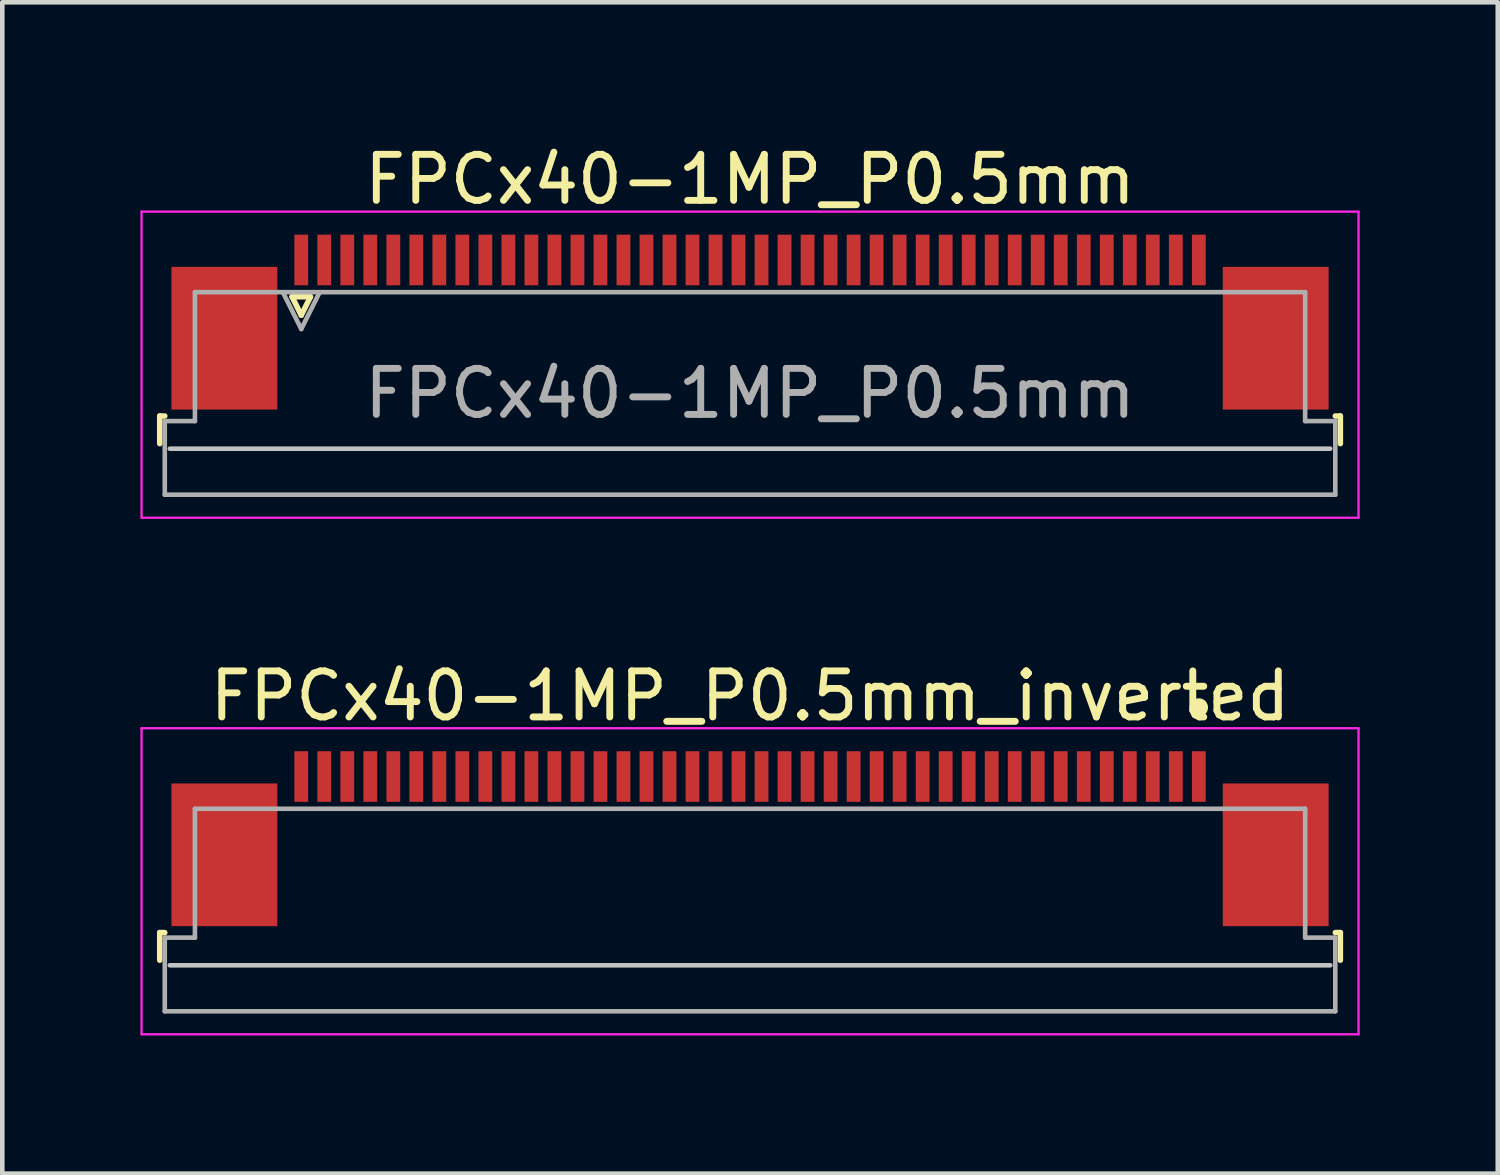
<source format=kicad_pcb>
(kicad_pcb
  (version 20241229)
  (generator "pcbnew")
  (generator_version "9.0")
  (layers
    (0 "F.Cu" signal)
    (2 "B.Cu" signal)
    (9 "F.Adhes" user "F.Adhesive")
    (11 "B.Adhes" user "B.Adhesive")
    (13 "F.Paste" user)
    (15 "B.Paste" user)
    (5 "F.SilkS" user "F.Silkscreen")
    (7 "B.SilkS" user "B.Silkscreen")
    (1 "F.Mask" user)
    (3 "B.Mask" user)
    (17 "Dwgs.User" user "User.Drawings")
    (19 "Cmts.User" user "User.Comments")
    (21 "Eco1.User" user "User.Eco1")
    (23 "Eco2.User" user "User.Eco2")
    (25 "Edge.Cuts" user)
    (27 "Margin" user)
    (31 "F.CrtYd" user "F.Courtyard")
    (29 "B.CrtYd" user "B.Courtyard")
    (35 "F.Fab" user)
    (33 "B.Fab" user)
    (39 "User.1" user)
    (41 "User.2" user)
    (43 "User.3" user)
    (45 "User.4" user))
  (footprint "FPCx40-1MP_P0.5mm"
    (layer "F.Cu")
    (at 13.245 3.948)
    (property "Reference" "FPCx40-1MP_P0.5mm" (at 0 -3.1 0) (layer "F.SilkS") (effects (font (size 1 1) (thickness 0.15))))
    (attr smd)
    (fp_line (start -12.825 2.04) (end -12.825 2.64) (stroke (width 0.12) (type solid)) (layer "F.SilkS"))
    (fp_line (start -12.715 2.04) (end -12.825 2.04) (stroke (width 0.12) (type solid)) (layer "F.SilkS"))
    (fp_line (start -9.95 -0.55) (end -9.75 -0.15) (stroke (width 0.12) (type solid)) (layer "F.SilkS"))
    (fp_line (start -9.75 -0.15) (end -9.55 -0.55) (stroke (width 0.12) (type solid)) (layer "F.SilkS"))
    (fp_line (start -9.55 -0.55) (end -9.95 -0.55) (stroke (width 0.12) (type solid)) (layer "F.SilkS"))
    (fp_line (start 12.715 2.04) (end 12.825 2.04) (stroke (width 0.12) (type solid)) (layer "F.SilkS"))
    (fp_line (start 12.825 2.04) (end 12.825 2.64) (stroke (width 0.12) (type solid)) (layer "F.SilkS"))
    (fp_line (start 12.605 2.75) (end -12.605 2.75) (stroke (width 0.1) (type solid)) (layer "Dwgs.User"))
    (fp_line (start -13.22 -2.4) (end -13.22 4.25) (stroke (width 0.05) (type solid)) (layer "F.CrtYd"))
    (fp_line (start -13.22 4.25) (end 13.22 4.25) (stroke (width 0.05) (type solid)) (layer "F.CrtYd"))
    (fp_line (start 13.22 -2.4) (end -13.22 -2.4) (stroke (width 0.05) (type solid)) (layer "F.CrtYd"))
    (fp_line (start 13.22 4.25) (end 13.22 -2.4) (stroke (width 0.05) (type solid)) (layer "F.CrtYd"))
    (fp_line (start -12.715 2.15) (end -12.06 2.15) (stroke (width 0.1) (type solid)) (layer "F.Fab"))
    (fp_line (start -12.715 3.75) (end -12.715 2.15) (stroke (width 0.1) (type solid)) (layer "F.Fab"))
    (fp_line (start -12.06 -0.65) (end 12.06 -0.65) (stroke (width 0.1) (type solid)) (layer "F.Fab"))
    (fp_line (start -12.06 2.15) (end -12.06 -0.65) (stroke (width 0.1) (type solid)) (layer "F.Fab"))
    (fp_line (start -10.15 -0.65) (end -9.75 0.15) (stroke (width 0.1) (type solid)) (layer "F.Fab"))
    (fp_line (start -9.75 0.15) (end -9.35 -0.65) (stroke (width 0.1) (type solid)) (layer "F.Fab"))
    (fp_line (start 12.06 -0.65) (end 12.06 2.15) (stroke (width 0.1) (type solid)) (layer "F.Fab"))
    (fp_line (start 12.06 2.15) (end 12.715 2.15) (stroke (width 0.1) (type solid)) (layer "F.Fab"))
    (fp_line (start 12.715 2.15) (end 12.715 3.75) (stroke (width 0.1) (type solid)) (layer "F.Fab"))
    (fp_line (start 12.715 3.75) (end -12.715 3.75) (stroke (width 0.1) (type solid)) (layer "F.Fab"))
    (fp_text user "${REFERENCE}" (at 0 1.55 0) (layer "F.Fab") (effects (font (size 1 1) (thickness 0.15))))
    (pad "1" smd rect (at -9.75 -1.35) (size 0.3 1.1) (layers "F.Cu" "F.Mask" "F.Paste"))
    (pad "2" smd rect (at -9.25 -1.35) (size 0.3 1.1) (layers "F.Cu" "F.Mask" "F.Paste"))
    (pad "3" smd rect (at -8.75 -1.35) (size 0.3 1.1) (layers "F.Cu" "F.Mask" "F.Paste"))
    (pad "4" smd rect (at -8.25 -1.35) (size 0.3 1.1) (layers "F.Cu" "F.Mask" "F.Paste"))
    (pad "5" smd rect (at -7.75 -1.35) (size 0.3 1.1) (layers "F.Cu" "F.Mask" "F.Paste"))
    (pad "6" smd rect (at -7.25 -1.35) (size 0.3 1.1) (layers "F.Cu" "F.Mask" "F.Paste"))
    (pad "7" smd rect (at -6.75 -1.35) (size 0.3 1.1) (layers "F.Cu" "F.Mask" "F.Paste"))
    (pad "8" smd rect (at -6.25 -1.35) (size 0.3 1.1) (layers "F.Cu" "F.Mask" "F.Paste"))
    (pad "9" smd rect (at -5.75 -1.35) (size 0.3 1.1) (layers "F.Cu" "F.Mask" "F.Paste"))
    (pad "10" smd rect (at -5.25 -1.35) (size 0.3 1.1) (layers "F.Cu" "F.Mask" "F.Paste"))
    (pad "11" smd rect (at -4.75 -1.35) (size 0.3 1.1) (layers "F.Cu" "F.Mask" "F.Paste"))
    (pad "12" smd rect (at -4.25 -1.35) (size 0.3 1.1) (layers "F.Cu" "F.Mask" "F.Paste"))
    (pad "13" smd rect (at -3.75 -1.35) (size 0.3 1.1) (layers "F.Cu" "F.Mask" "F.Paste"))
    (pad "14" smd rect (at -3.25 -1.35) (size 0.3 1.1) (layers "F.Cu" "F.Mask" "F.Paste"))
    (pad "15" smd rect (at -2.75 -1.35) (size 0.3 1.1) (layers "F.Cu" "F.Mask" "F.Paste"))
    (pad "16" smd rect (at -2.25 -1.35) (size 0.3 1.1) (layers "F.Cu" "F.Mask" "F.Paste"))
    (pad "17" smd rect (at -1.75 -1.35) (size 0.3 1.1) (layers "F.Cu" "F.Mask" "F.Paste"))
    (pad "18" smd rect (at -1.25 -1.35) (size 0.3 1.1) (layers "F.Cu" "F.Mask" "F.Paste"))
    (pad "19" smd rect (at -0.75 -1.35) (size 0.3 1.1) (layers "F.Cu" "F.Mask" "F.Paste"))
    (pad "20" smd rect (at -0.25 -1.35) (size 0.3 1.1) (layers "F.Cu" "F.Mask" "F.Paste"))
    (pad "21" smd rect (at 0.25 -1.35) (size 0.3 1.1) (layers "F.Cu" "F.Mask" "F.Paste"))
    (pad "22" smd rect (at 0.75 -1.35) (size 0.3 1.1) (layers "F.Cu" "F.Mask" "F.Paste"))
    (pad "23" smd rect (at 1.25 -1.35) (size 0.3 1.1) (layers "F.Cu" "F.Mask" "F.Paste"))
    (pad "24" smd rect (at 1.75 -1.35) (size 0.3 1.1) (layers "F.Cu" "F.Mask" "F.Paste"))
    (pad "25" smd rect (at 2.25 -1.35) (size 0.3 1.1) (layers "F.Cu" "F.Mask" "F.Paste"))
    (pad "26" smd rect (at 2.75 -1.35) (size 0.3 1.1) (layers "F.Cu" "F.Mask" "F.Paste"))
    (pad "27" smd rect (at 3.25 -1.35) (size 0.3 1.1) (layers "F.Cu" "F.Mask" "F.Paste"))
    (pad "28" smd rect (at 3.75 -1.35) (size 0.3 1.1) (layers "F.Cu" "F.Mask" "F.Paste"))
    (pad "29" smd rect (at 4.25 -1.35) (size 0.3 1.1) (layers "F.Cu" "F.Mask" "F.Paste"))
    (pad "30" smd rect (at 4.75 -1.35) (size 0.3 1.1) (layers "F.Cu" "F.Mask" "F.Paste"))
    (pad "31" smd rect (at 5.25 -1.35) (size 0.3 1.1) (layers "F.Cu" "F.Mask" "F.Paste"))
    (pad "32" smd rect (at 5.75 -1.35) (size 0.3 1.1) (layers "F.Cu" "F.Mask" "F.Paste"))
    (pad "33" smd rect (at 6.25 -1.35) (size 0.3 1.1) (layers "F.Cu" "F.Mask" "F.Paste"))
    (pad "34" smd rect (at 6.75 -1.35) (size 0.3 1.1) (layers "F.Cu" "F.Mask" "F.Paste"))
    (pad "35" smd rect (at 7.25 -1.35) (size 0.3 1.1) (layers "F.Cu" "F.Mask" "F.Paste"))
    (pad "36" smd rect (at 7.75 -1.35) (size 0.3 1.1) (layers "F.Cu" "F.Mask" "F.Paste"))
    (pad "37" smd rect (at 8.25 -1.35) (size 0.3 1.1) (layers "F.Cu" "F.Mask" "F.Paste"))
    (pad "38" smd rect (at 8.75 -1.35) (size 0.3 1.1) (layers "F.Cu" "F.Mask" "F.Paste"))
    (pad "39" smd rect (at 9.25 -1.35) (size 0.3 1.1) (layers "F.Cu" "F.Mask" "F.Paste"))
    (pad "40" smd rect (at 9.75 -1.35) (size 0.3 1.1) (layers "F.Cu" "F.Mask" "F.Paste"))
    (pad "MP" smd rect (at -11.42 0.35) (size 2.3 3.1) (layers "F.Cu" "F.Mask" "F.Paste"))
    (pad "MP" smd rect (at 11.42 0.35) (size 2.3 3.1) (layers "F.Cu" "F.Mask" "F.Paste")))
  (footprint "FPCx40-1MP_P0.5mm_inverted"
    (layer "F.Cu")
    (at 13.245 15.171)
    (property "Reference" "FPCx40-1MP_P0.5mm_inverted" (at 0 -3.1 0) (layer "F.SilkS") (effects (font (size 1 1) (thickness 0.15))))
    (attr smd)
    (fp_line (start -12.825 2.04) (end -12.825 2.64) (stroke (width 0.12) (type solid)) (layer "F.SilkS"))
    (fp_line (start -12.715 2.04) (end -12.825 2.04) (stroke (width 0.12) (type solid)) (layer "F.SilkS"))
    (fp_line (start 12.715 2.04) (end 12.825 2.04) (stroke (width 0.12) (type solid)) (layer "F.SilkS"))
    (fp_line (start 12.825 2.04) (end 12.825 2.64) (stroke (width 0.12) (type solid)) (layer "F.SilkS"))
    (fp_circle (center 9.75 -2.85) (end 9.85 -2.85) (stroke (width 0.2) (type solid)) (fill no) (layer "F.SilkS"))
    (fp_line (start 12.605 2.75) (end -12.605 2.75) (stroke (width 0.1) (type solid)) (layer "Dwgs.User"))
    (fp_line (start -13.22 -2.4) (end -13.22 4.25) (stroke (width 0.05) (type solid)) (layer "F.CrtYd"))
    (fp_line (start -13.22 4.25) (end 13.22 4.25) (stroke (width 0.05) (type solid)) (layer "F.CrtYd"))
    (fp_line (start 13.22 -2.4) (end -13.22 -2.4) (stroke (width 0.05) (type solid)) (layer "F.CrtYd"))
    (fp_line (start 13.22 4.25) (end 13.22 -2.4) (stroke (width 0.05) (type solid)) (layer "F.CrtYd"))
    (fp_line (start -12.715 2.15) (end -12.06 2.15) (stroke (width 0.1) (type solid)) (layer "F.Fab"))
    (fp_line (start -12.715 3.75) (end -12.715 2.15) (stroke (width 0.1) (type solid)) (layer "F.Fab"))
    (fp_line (start -12.06 -0.65) (end 12.06 -0.65) (stroke (width 0.1) (type solid)) (layer "F.Fab"))
    (fp_line (start -12.06 2.15) (end -12.06 -0.65) (stroke (width 0.1) (type solid)) (layer "F.Fab"))
    (fp_line (start 12.06 -0.65) (end 12.06 2.15) (stroke (width 0.1) (type solid)) (layer "F.Fab"))
    (fp_line (start 12.06 2.15) (end 12.715 2.15) (stroke (width 0.1) (type solid)) (layer "F.Fab"))
    (fp_line (start 12.715 2.15) (end 12.715 3.75) (stroke (width 0.1) (type solid)) (layer "F.Fab"))
    (fp_line (start 12.715 3.75) (end -12.715 3.75) (stroke (width 0.1) (type solid)) (layer "F.Fab"))
    (pad "1" smd rect (at 9.75 -1.35) (size 0.3 1.1) (layers "F.Cu" "F.Mask" "F.Paste"))
    (pad "2" smd rect (at 9.25 -1.35) (size 0.3 1.1) (layers "F.Cu" "F.Mask" "F.Paste"))
    (pad "3" smd rect (at 8.75 -1.35) (size 0.3 1.1) (layers "F.Cu" "F.Mask" "F.Paste"))
    (pad "4" smd rect (at 8.25 -1.35) (size 0.3 1.1) (layers "F.Cu" "F.Mask" "F.Paste"))
    (pad "5" smd rect (at 7.75 -1.35) (size 0.3 1.1) (layers "F.Cu" "F.Mask" "F.Paste"))
    (pad "6" smd rect (at 7.25 -1.35) (size 0.3 1.1) (layers "F.Cu" "F.Mask" "F.Paste"))
    (pad "7" smd rect (at 6.75 -1.35) (size 0.3 1.1) (layers "F.Cu" "F.Mask" "F.Paste"))
    (pad "8" smd rect (at 6.25 -1.35) (size 0.3 1.1) (layers "F.Cu" "F.Mask" "F.Paste"))
    (pad "9" smd rect (at 5.75 -1.35) (size 0.3 1.1) (layers "F.Cu" "F.Mask" "F.Paste"))
    (pad "10" smd rect (at 5.25 -1.35) (size 0.3 1.1) (layers "F.Cu" "F.Mask" "F.Paste"))
    (pad "11" smd rect (at 4.75 -1.35) (size 0.3 1.1) (layers "F.Cu" "F.Mask" "F.Paste"))
    (pad "12" smd rect (at 4.25 -1.35) (size 0.3 1.1) (layers "F.Cu" "F.Mask" "F.Paste"))
    (pad "13" smd rect (at 3.75 -1.35) (size 0.3 1.1) (layers "F.Cu" "F.Mask" "F.Paste"))
    (pad "14" smd rect (at 3.25 -1.35) (size 0.3 1.1) (layers "F.Cu" "F.Mask" "F.Paste"))
    (pad "15" smd rect (at 2.75 -1.35) (size 0.3 1.1) (layers "F.Cu" "F.Mask" "F.Paste"))
    (pad "16" smd rect (at 2.25 -1.35) (size 0.3 1.1) (layers "F.Cu" "F.Mask" "F.Paste"))
    (pad "17" smd rect (at 1.75 -1.35) (size 0.3 1.1) (layers "F.Cu" "F.Mask" "F.Paste"))
    (pad "18" smd rect (at 1.25 -1.35) (size 0.3 1.1) (layers "F.Cu" "F.Mask" "F.Paste"))
    (pad "19" smd rect (at 0.75 -1.35) (size 0.3 1.1) (layers "F.Cu" "F.Mask" "F.Paste"))
    (pad "20" smd rect (at 0.25 -1.35) (size 0.3 1.1) (layers "F.Cu" "F.Mask" "F.Paste"))
    (pad "21" smd rect (at -0.25 -1.35) (size 0.3 1.1) (layers "F.Cu" "F.Mask" "F.Paste"))
    (pad "22" smd rect (at -0.75 -1.35) (size 0.3 1.1) (layers "F.Cu" "F.Mask" "F.Paste"))
    (pad "23" smd rect (at -1.25 -1.35) (size 0.3 1.1) (layers "F.Cu" "F.Mask" "F.Paste"))
    (pad "24" smd rect (at -1.75 -1.35) (size 0.3 1.1) (layers "F.Cu" "F.Mask" "F.Paste"))
    (pad "25" smd rect (at -2.25 -1.35) (size 0.3 1.1) (layers "F.Cu" "F.Mask" "F.Paste"))
    (pad "26" smd rect (at -2.75 -1.35) (size 0.3 1.1) (layers "F.Cu" "F.Mask" "F.Paste"))
    (pad "27" smd rect (at -3.25 -1.35) (size 0.3 1.1) (layers "F.Cu" "F.Mask" "F.Paste"))
    (pad "28" smd rect (at -3.75 -1.35) (size 0.3 1.1) (layers "F.Cu" "F.Mask" "F.Paste"))
    (pad "29" smd rect (at -4.25 -1.35) (size 0.3 1.1) (layers "F.Cu" "F.Mask" "F.Paste"))
    (pad "30" smd rect (at -4.75 -1.35) (size 0.3 1.1) (layers "F.Cu" "F.Mask" "F.Paste"))
    (pad "31" smd rect (at -5.25 -1.35) (size 0.3 1.1) (layers "F.Cu" "F.Mask" "F.Paste"))
    (pad "32" smd rect (at -5.75 -1.35) (size 0.3 1.1) (layers "F.Cu" "F.Mask" "F.Paste"))
    (pad "33" smd rect (at -6.25 -1.35) (size 0.3 1.1) (layers "F.Cu" "F.Mask" "F.Paste"))
    (pad "34" smd rect (at -6.75 -1.35) (size 0.3 1.1) (layers "F.Cu" "F.Mask" "F.Paste"))
    (pad "35" smd rect (at -7.25 -1.35) (size 0.3 1.1) (layers "F.Cu" "F.Mask" "F.Paste"))
    (pad "36" smd rect (at -7.75 -1.35) (size 0.3 1.1) (layers "F.Cu" "F.Mask" "F.Paste"))
    (pad "37" smd rect (at -8.25 -1.35) (size 0.3 1.1) (layers "F.Cu" "F.Mask" "F.Paste"))
    (pad "38" smd rect (at -8.75 -1.35) (size 0.3 1.1) (layers "F.Cu" "F.Mask" "F.Paste"))
    (pad "39" smd rect (at -9.25 -1.35) (size 0.3 1.1) (layers "F.Cu" "F.Mask" "F.Paste"))
    (pad "40" smd rect (at -9.75 -1.35) (size 0.3 1.1) (layers "F.Cu" "F.Mask" "F.Paste"))
    (pad "MP" smd rect (at -11.42 0.35) (size 2.3 3.1) (layers "F.Cu" "F.Mask" "F.Paste"))
    (pad "MP" smd rect (at 11.42 0.35) (size 2.3 3.1) (layers "F.Cu" "F.Mask" "F.Paste")))
  (gr_rect
    (start -3 -3)
    (end 29.49 22.447)
    (stroke (width 0.1) (type default))
    (fill no)
    (layer "Edge.Cuts")))
</source>
